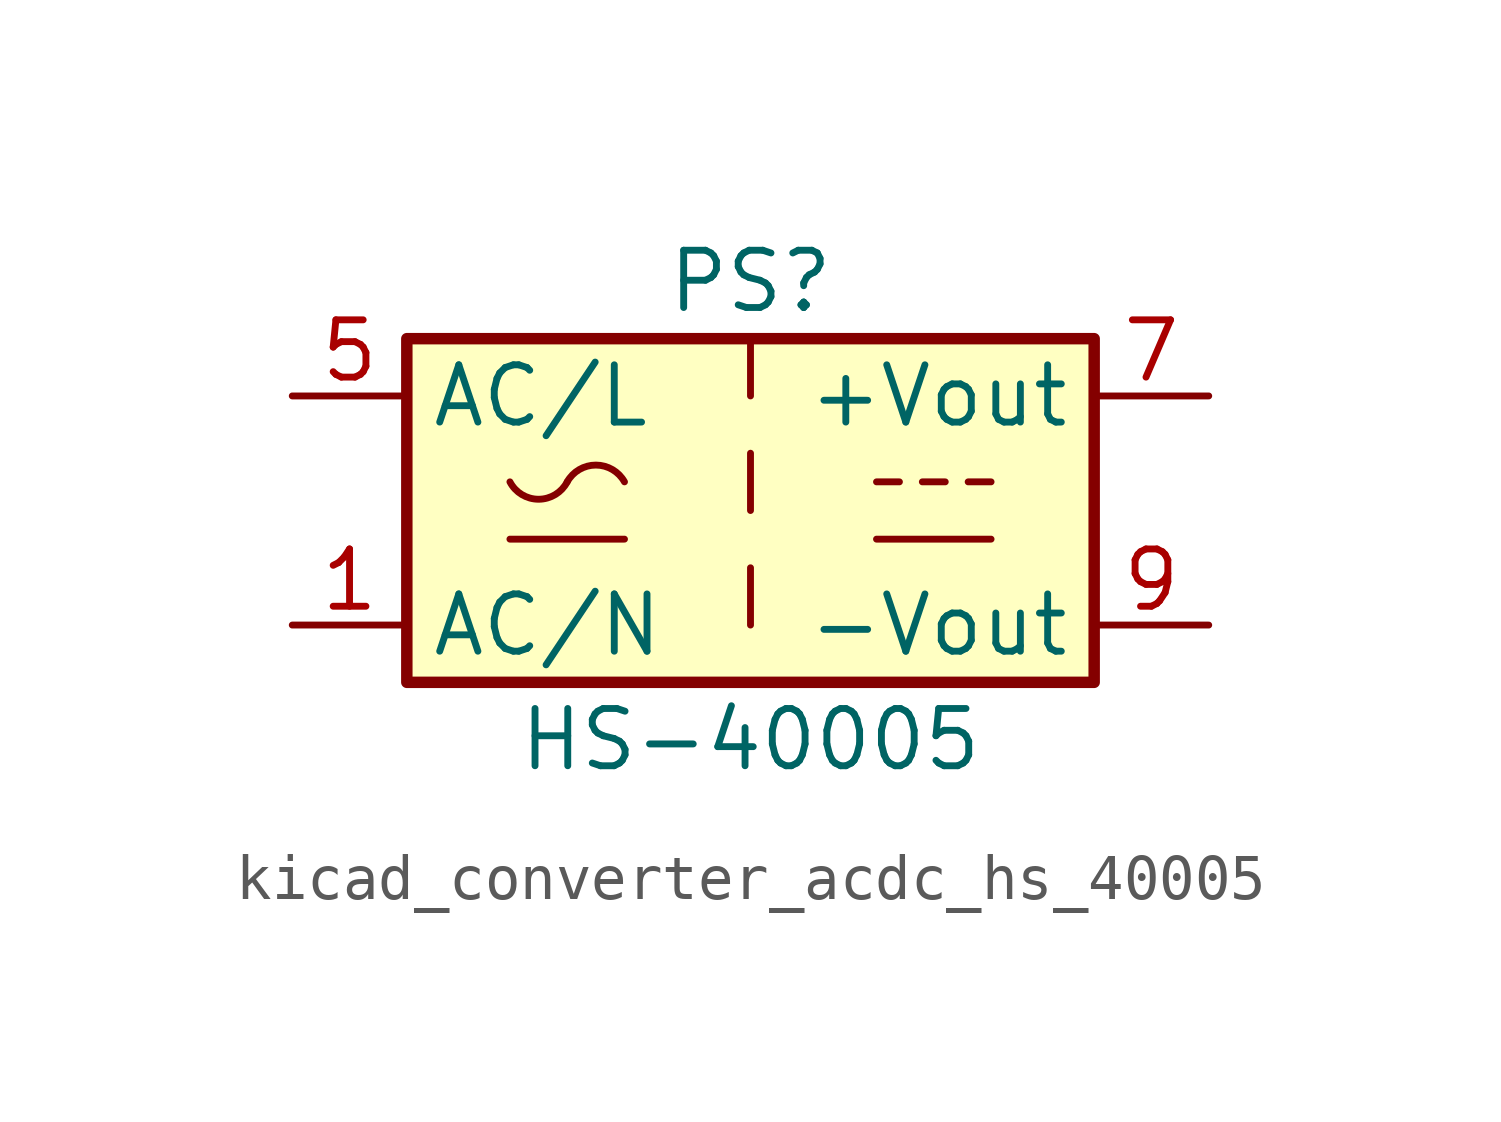
<source format=kicad_sym>
(kicad_symbol_lib
  (version 20220914)
  (generator kicad_symbol_editor)
  (symbol "kicad_converter_acdc_hs_40005"
    (property "Reference" "PS"
      (at 0 5.08 0)
      (effects (font (size 1.27 1.27))))
    (property "Value" "HS-40005"
      (at 0 -5.08 0)
      (effects (font (size 1.27 1.27))))
    (symbol "kicad_converter_acdc_hs_40005_0_1"
      (rectangle (start -7.62 3.81) (end 7.62 -3.81) (stroke (width 0.254) (type default)) (fill (type background)))
      (arc (start -5.334 0.635) (mid -4.699 0.2495) (end -4.064 0.635) (stroke (width 0) (type default)) (fill (type none)))
      (arc (start -2.794 0.635) (mid -3.429 1.0072) (end -4.064 0.635) (stroke (width 0) (type default)) (fill (type none)))
      (polyline (pts (xy -5.334 -0.635) (xy -2.794 -0.635)) (stroke (width 0) (type default)) (fill (type none)))
      (polyline (pts (xy 2.794 -0.635) (xy 5.334 -0.635)) (stroke (width 0) (type default)) (fill (type none)))
      (polyline (pts (xy 2.794 0.635) (xy 3.302 0.635)) (stroke (width 0) (type default)) (fill (type none)))
      (polyline (pts (xy 3.81 0.635) (xy 4.318 0.635)) (stroke (width 0) (type default)) (fill (type none)))
      (polyline (pts (xy 4.826 0.635) (xy 5.334 0.635)) (stroke (width 0) (type default)) (fill (type none))))
    (symbol "kicad_converter_acdc_hs_40005_1_1"
      (polyline (pts (xy 0 -1.27) (xy 0 -2.54)) (stroke (width 0) (type default)) (fill (type none)))
      (polyline (pts (xy 0 1.27) (xy 0 0)) (stroke (width 0) (type default)) (fill (type none)))
      (polyline (pts (xy 0 3.81) (xy 0 2.54)) (stroke (width 0) (type default)) (fill (type none)))
      (pin power_in line (at -10.16 -2.54 0) (length 2.54) (name "AC/N" (effects (font (size 1.27 1.27)))) (number "1" (effects (font (size 1.27 1.27)))))
      (pin power_in line (at -10.16 2.54 0) (length 2.54) (name "AC/L" (effects (font (size 1.27 1.27)))) (number "5" (effects (font (size 1.27 1.27)))))
      (pin power_out line (at 10.16 2.54 180) (length 2.54) (name "+Vout" (effects (font (size 1.27 1.27)))) (number "7" (effects (font (size 1.27 1.27)))))
      (pin power_out line (at 10.16 -2.54 180) (length 2.54) (name "-Vout" (effects (font (size 1.27 1.27)))) (number "9" (effects (font (size 1.27 1.27))))))))
</source>
